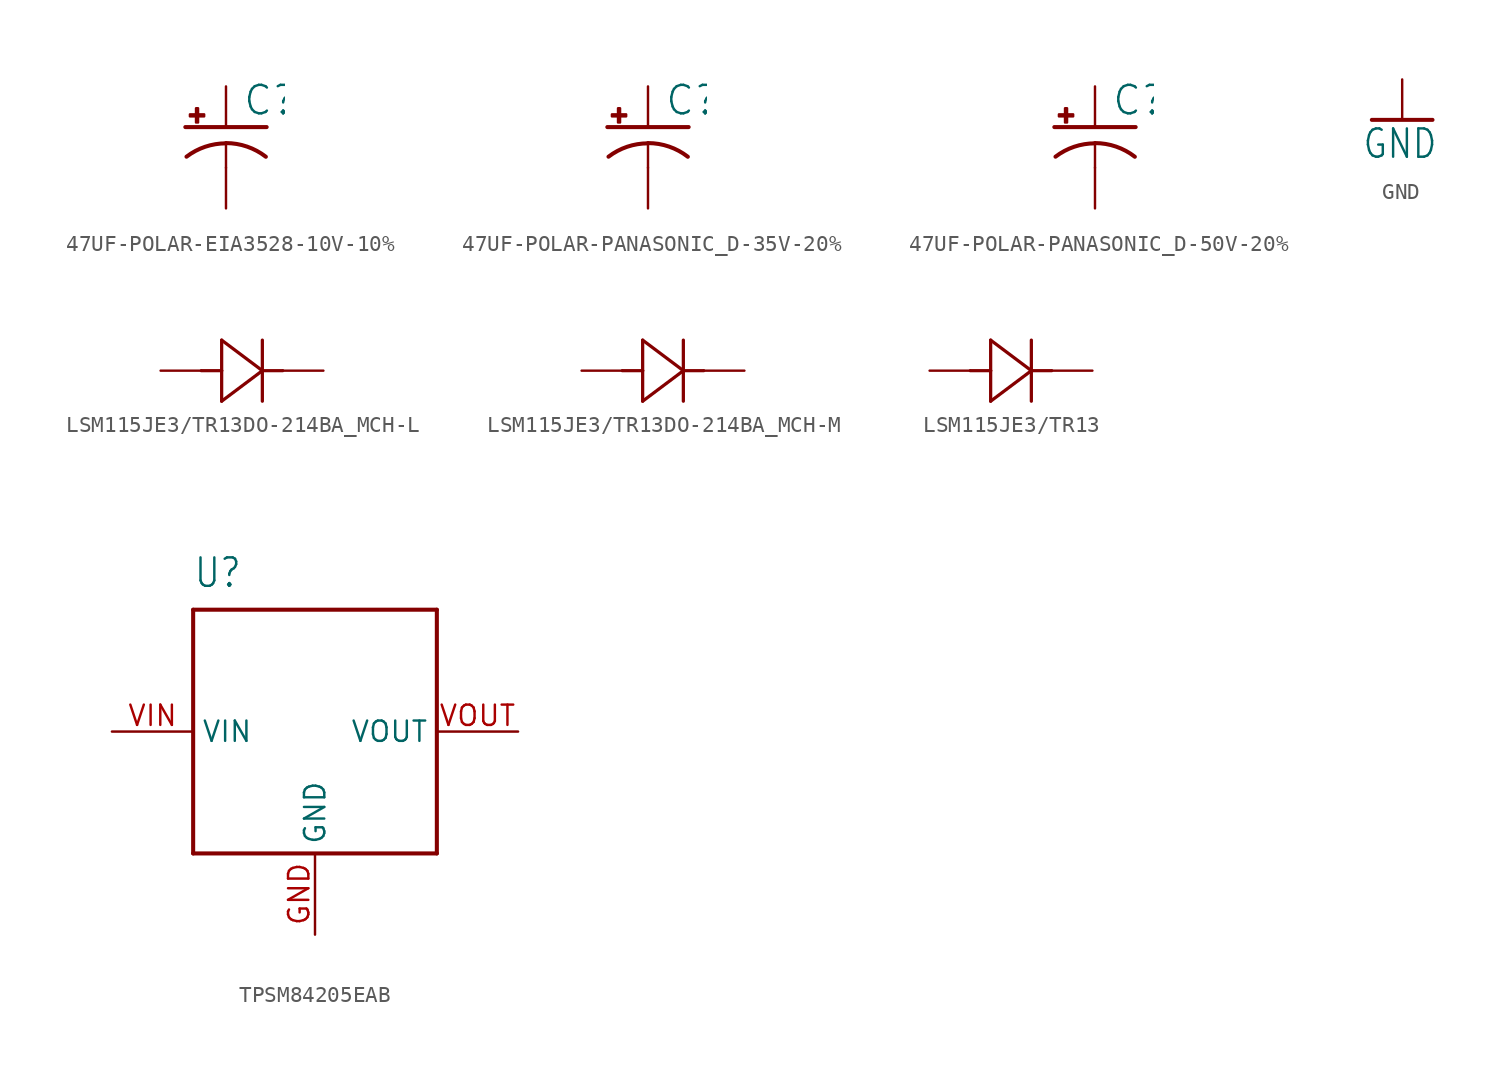
<source format=kicad_sym>
(kicad_symbol_lib
  (version 20220914)
  (generator kicad_symbol_editor)
  (symbol "47UF-POLAR-EIA3528-10V-10%"
    (property "Reference" "C"
      (at 1.016 0.635 0)
      (effects (font (size 1.778 1.778)) (justify left bottom)))
    (property "Value" ""
      (at 1.016 -4.191 0)
      (effects (font (size 1.778 1.778)) (justify left bottom)))
    (property "ki_locked" ""
      (at 0 0 0)
      (effects (font (size 1.27 1.27))))
    (symbol "47UF-POLAR-EIA3528-10V-10%_1_0"
      (rectangle (start -2.253 0.668) (end -1.364 0.795) (stroke (width 0) (type default)) (fill (type outline)))
      (rectangle (start -1.872 0.287) (end -1.745 1.176) (stroke (width 0) (type default)) (fill (type outline)))
      (arc (start 0 -1.0161) (mid -1.3021 -1.2303) (end -2.4669 -1.8504) (stroke (width 0.254) (type solid)) (fill (type none)))
      (polyline (pts (xy -2.54 0) (xy 2.54 0)) (stroke (width 0.254) (type solid)) (fill (type none)))
      (polyline (pts (xy 0 -1.016) (xy 0 -2.54)) (stroke (width 0.152) (type solid)) (fill (type none)))
      (arc (start 2.4892 -1.8541) (mid 1.3158 -1.2194) (end 0 -1) (stroke (width 0.254) (type solid)) (fill (type none)))
      (pin passive line (at 0 2.54 270) (length 2.54) (name "+" (effects (font (size 0 0)))) (number "A" (effects (font (size 0 0)))))
      (pin passive line (at 0 -5.08 90) (length 2.54) (name "-" (effects (font (size 0 0)))) (number "C" (effects (font (size 0 0)))))))
  (symbol "47UF-POLAR-PANASONIC_D-35V-20%"
    (property "Reference" "C"
      (at 1.016 0.635 0)
      (effects (font (size 1.778 1.778)) (justify left bottom)))
    (property "Value" ""
      (at 1.016 -4.191 0)
      (effects (font (size 1.778 1.778)) (justify left bottom)))
    (property "ki_locked" ""
      (at 0 0 0)
      (effects (font (size 1.27 1.27))))
    (symbol "47UF-POLAR-PANASONIC_D-35V-20%_1_0"
      (rectangle (start -2.253 0.668) (end -1.364 0.795) (stroke (width 0) (type default)) (fill (type outline)))
      (rectangle (start -1.872 0.287) (end -1.745 1.176) (stroke (width 0) (type default)) (fill (type outline)))
      (arc (start 0 -1.0161) (mid -1.3021 -1.2303) (end -2.4669 -1.8504) (stroke (width 0.254) (type solid)) (fill (type none)))
      (polyline (pts (xy -2.54 0) (xy 2.54 0)) (stroke (width 0.254) (type solid)) (fill (type none)))
      (polyline (pts (xy 0 -1.016) (xy 0 -2.54)) (stroke (width 0.152) (type solid)) (fill (type none)))
      (arc (start 2.4892 -1.8541) (mid 1.3158 -1.2194) (end 0 -1) (stroke (width 0.254) (type solid)) (fill (type none)))
      (pin passive line (at 0 2.54 270) (length 2.54) (name "+" (effects (font (size 0 0)))) (number "+" (effects (font (size 0 0)))))
      (pin passive line (at 0 -5.08 90) (length 2.54) (name "-" (effects (font (size 0 0)))) (number "-" (effects (font (size 0 0)))))))
  (symbol "47UF-POLAR-PANASONIC_D-50V-20%"
    (property "Reference" "C"
      (at 1.016 0.635 0)
      (effects (font (size 1.778 1.778)) (justify left bottom)))
    (property "Value" ""
      (at 1.016 -4.191 0)
      (effects (font (size 1.778 1.778)) (justify left bottom)))
    (property "ki_locked" ""
      (at 0 0 0)
      (effects (font (size 1.27 1.27))))
    (symbol "47UF-POLAR-PANASONIC_D-50V-20%_1_0"
      (rectangle (start -2.253 0.668) (end -1.364 0.795) (stroke (width 0) (type default)) (fill (type outline)))
      (rectangle (start -1.872 0.287) (end -1.745 1.176) (stroke (width 0) (type default)) (fill (type outline)))
      (arc (start 0 -1.0161) (mid -1.3021 -1.2303) (end -2.4669 -1.8504) (stroke (width 0.254) (type solid)) (fill (type none)))
      (polyline (pts (xy -2.54 0) (xy 2.54 0)) (stroke (width 0.254) (type solid)) (fill (type none)))
      (polyline (pts (xy 0 -1.016) (xy 0 -2.54)) (stroke (width 0.152) (type solid)) (fill (type none)))
      (arc (start 2.4892 -1.8541) (mid 1.3158 -1.2194) (end 0 -1) (stroke (width 0.254) (type solid)) (fill (type none)))
      (pin passive line (at 0 2.54 270) (length 2.54) (name "+" (effects (font (size 0 0)))) (number "+" (effects (font (size 0 0)))))
      (pin passive line (at 0 -5.08 90) (length 2.54) (name "-" (effects (font (size 0 0)))) (number "-" (effects (font (size 0 0)))))))
  (symbol "GND"
    (power)
    (property "Reference" "#SUPPLY"
      (at 0 0 0)
      (effects (font (size 1.27 1.27)) hide))
    (property "Value" "GND"
      (at -2.54 -2.54 0)
      (effects (font (size 1.778 1.511)) (justify left bottom)))
    (property "ki_locked" ""
      (at 0 0 0)
      (effects (font (size 1.27 1.27))))
    (symbol "GND_1_0"
      (polyline (pts (xy -1.905 0) (xy 1.905 0)) (stroke (width 0.254) (type solid)) (fill (type none)))
      (pin power_in line (at 0 2.54 270) (length 2.54) (name "GND" (effects (font (size 0 0)))) (number "1" (effects (font (size 0 0)))))))
  (symbol "LSM115JE3/TR13DO-214BA_MCH-L"
    (property "Reference" "CR"
      (at -2.819 2.692 0)
      (effects (font (size 3.48 2.958)) (justify left bottom) hide))
    (property "ki_locked" ""
      (at 0 0 0)
      (effects (font (size 1.27 1.27))))
    (symbol "LSM115JE3/TR13DO-214BA_MCH-L_1_0"
      (polyline (pts (xy 2.54 0) (xy 3.81 0)) (stroke (width 0.203) (type solid)) (fill (type none)))
      (polyline (pts (xy 3.81 -1.905) (xy 6.35 0)) (stroke (width 0.203) (type solid)) (fill (type none)))
      (polyline (pts (xy 3.81 0) (xy 3.81 -1.905)) (stroke (width 0.203) (type solid)) (fill (type none)))
      (polyline (pts (xy 3.81 1.905) (xy 3.81 0)) (stroke (width 0.203) (type solid)) (fill (type none)))
      (polyline (pts (xy 6.35 -1.905) (xy 6.35 0)) (stroke (width 0.203) (type solid)) (fill (type none)))
      (polyline (pts (xy 6.35 0) (xy 3.81 1.905)) (stroke (width 0.203) (type solid)) (fill (type none)))
      (polyline (pts (xy 6.35 0) (xy 6.35 1.905)) (stroke (width 0.203) (type solid)) (fill (type none)))
      (polyline (pts (xy 6.35 0) (xy 7.62 0)) (stroke (width 0.203) (type solid)) (fill (type none)))
      (pin passive line (at 10.16 0 180) (length 2.54) (name "1" (effects (font (size 0 0)))) (number "1" (effects (font (size 0 0)))))
      (pin passive line (at 0 0 0) (length 2.54) (name "2" (effects (font (size 0 0)))) (number "2" (effects (font (size 0 0)))))))
  (symbol "LSM115JE3/TR13DO-214BA_MCH-M"
    (property "Reference" "CR"
      (at -2.819 2.692 0)
      (effects (font (size 3.48 2.958)) (justify left bottom) hide))
    (property "ki_locked" ""
      (at 0 0 0)
      (effects (font (size 1.27 1.27))))
    (symbol "LSM115JE3/TR13DO-214BA_MCH-M_1_0"
      (polyline (pts (xy 2.54 0) (xy 3.81 0)) (stroke (width 0.203) (type solid)) (fill (type none)))
      (polyline (pts (xy 3.81 -1.905) (xy 6.35 0)) (stroke (width 0.203) (type solid)) (fill (type none)))
      (polyline (pts (xy 3.81 0) (xy 3.81 -1.905)) (stroke (width 0.203) (type solid)) (fill (type none)))
      (polyline (pts (xy 3.81 1.905) (xy 3.81 0)) (stroke (width 0.203) (type solid)) (fill (type none)))
      (polyline (pts (xy 6.35 -1.905) (xy 6.35 0)) (stroke (width 0.203) (type solid)) (fill (type none)))
      (polyline (pts (xy 6.35 0) (xy 3.81 1.905)) (stroke (width 0.203) (type solid)) (fill (type none)))
      (polyline (pts (xy 6.35 0) (xy 6.35 1.905)) (stroke (width 0.203) (type solid)) (fill (type none)))
      (polyline (pts (xy 6.35 0) (xy 7.62 0)) (stroke (width 0.203) (type solid)) (fill (type none)))
      (pin passive line (at 10.16 0 180) (length 2.54) (name "1" (effects (font (size 0 0)))) (number "1" (effects (font (size 0 0)))))
      (pin passive line (at 0 0 0) (length 2.54) (name "2" (effects (font (size 0 0)))) (number "2" (effects (font (size 0 0)))))))
  (symbol "LSM115JE3/TR13"
    (property "Reference" "CR"
      (at -2.819 2.692 0)
      (effects (font (size 3.48 2.958)) (justify left bottom) hide))
    (property "ki_locked" ""
      (at 0 0 0)
      (effects (font (size 1.27 1.27))))
    (symbol "LSM115JE3/TR13_1_0"
      (polyline (pts (xy 2.54 0) (xy 3.81 0)) (stroke (width 0.203) (type solid)) (fill (type none)))
      (polyline (pts (xy 3.81 -1.905) (xy 6.35 0)) (stroke (width 0.203) (type solid)) (fill (type none)))
      (polyline (pts (xy 3.81 0) (xy 3.81 -1.905)) (stroke (width 0.203) (type solid)) (fill (type none)))
      (polyline (pts (xy 3.81 1.905) (xy 3.81 0)) (stroke (width 0.203) (type solid)) (fill (type none)))
      (polyline (pts (xy 6.35 -1.905) (xy 6.35 0)) (stroke (width 0.203) (type solid)) (fill (type none)))
      (polyline (pts (xy 6.35 0) (xy 3.81 1.905)) (stroke (width 0.203) (type solid)) (fill (type none)))
      (polyline (pts (xy 6.35 0) (xy 6.35 1.905)) (stroke (width 0.203) (type solid)) (fill (type none)))
      (polyline (pts (xy 6.35 0) (xy 7.62 0)) (stroke (width 0.203) (type solid)) (fill (type none)))
      (pin passive line (at 10.16 0 180) (length 2.54) (name "1" (effects (font (size 0 0)))) (number "1" (effects (font (size 0 0)))))
      (pin passive line (at 0 0 0) (length 2.54) (name "2" (effects (font (size 0 0)))) (number "2" (effects (font (size 0 0)))))))
  (symbol "TPSM84205EAB"
    (property "Reference" "U"
      (at -7.62 8.89 0)
      (effects (font (size 1.778 1.511)) (justify left bottom)))
    (property "Value" ""
      (at -7.62 -10.16 0)
      (effects (font (size 1.778 1.511)) (justify left bottom)))
    (property "ki_locked" ""
      (at 0 0 0)
      (effects (font (size 1.27 1.27))))
    (symbol "TPSM84205EAB_1_0"
      (polyline (pts (xy -7.62 -7.62) (xy 7.62 -7.62)) (stroke (width 0.254) (type solid)) (fill (type none)))
      (polyline (pts (xy -7.62 7.62) (xy -7.62 -7.62)) (stroke (width 0.254) (type solid)) (fill (type none)))
      (polyline (pts (xy 7.62 -7.62) (xy 7.62 7.62)) (stroke (width 0.254) (type solid)) (fill (type none)))
      (polyline (pts (xy 7.62 7.62) (xy -7.62 7.62)) (stroke (width 0.254) (type solid)) (fill (type none)))
      (pin power_in line (at 0 -12.7 90) (length 5.08) (name "GND" (effects (font (size 1.27 1.27)))) (number "GND" (effects (font (size 1.27 1.27)))))
      (pin input line (at -12.7 0 0) (length 5.08) (name "VIN" (effects (font (size 1.27 1.27)))) (number "VIN" (effects (font (size 1.27 1.27)))))
      (pin output line (at 12.7 0 180) (length 5.08) (name "VOUT" (effects (font (size 1.27 1.27)))) (number "VOUT" (effects (font (size 1.27 1.27))))))))
</source>
